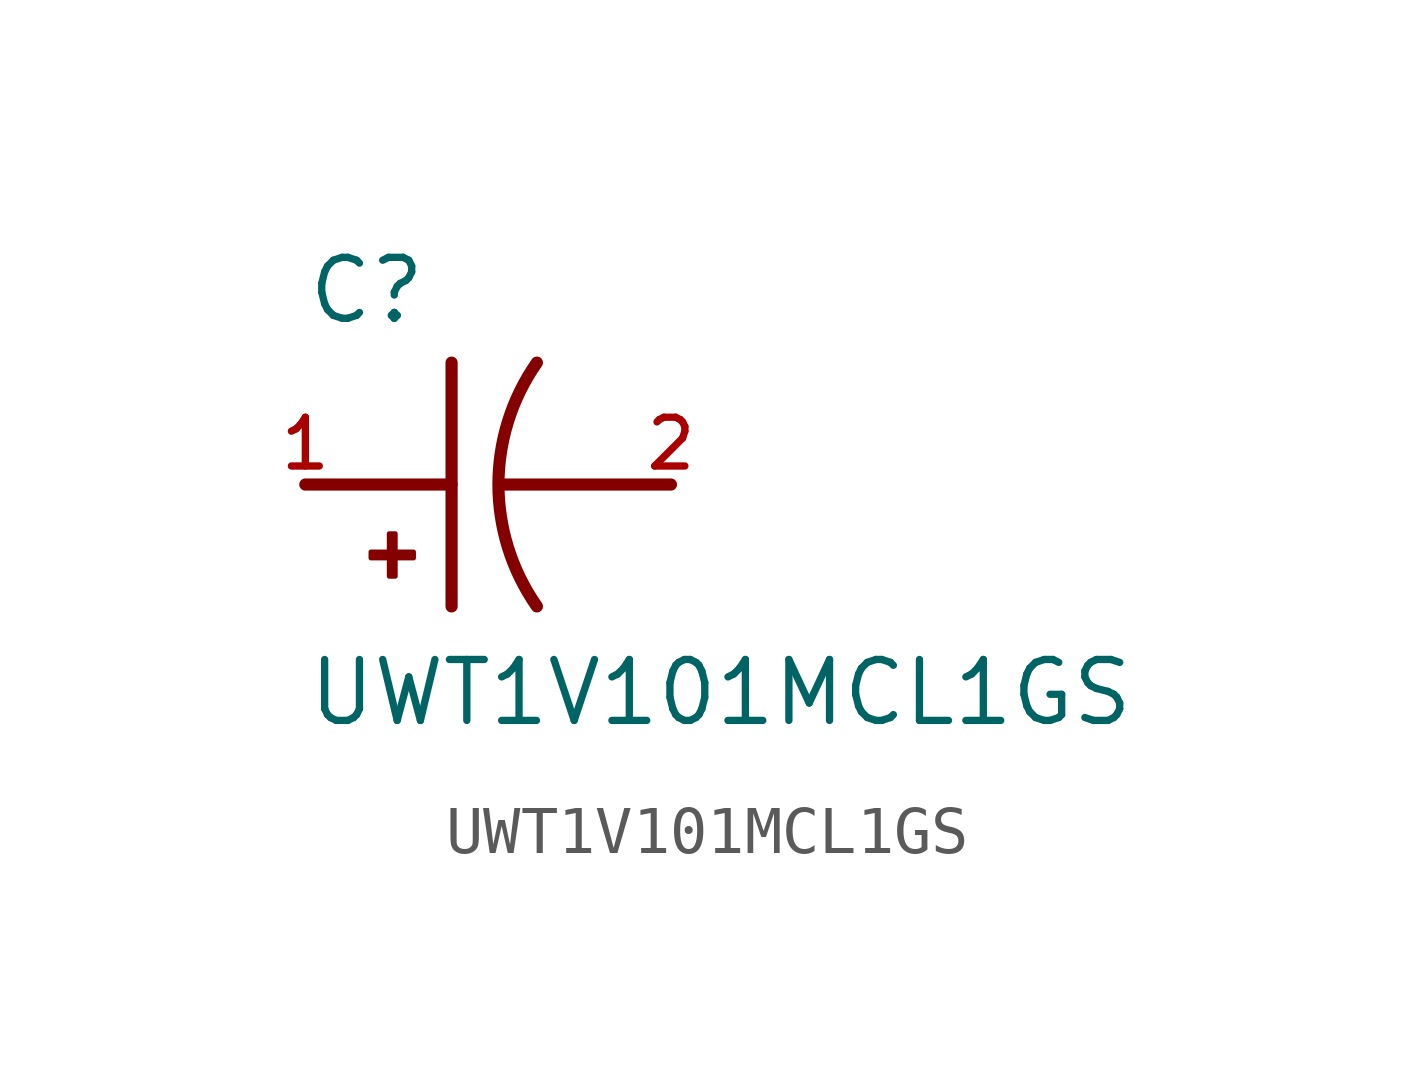
<source format=kicad_sym>
(kicad_symbol_lib
  (version 20220914)
  (generator kicad_symbol_editor)
  (symbol "UWT1V101MCL1GS"
    (pin_names
      (offset 1.016))
    (property "Reference" "C"
      (at -5.08 3.302 0)
      (effects (font (size 1.27 1.27)) (justify left bottom)))
    (property "Value" "UWT1V101MCL1GS"
      (at -5.08 -5.08 0)
      (effects (font (size 1.27 1.27)) (justify left bottom)))
    (symbol "UWT1V101MCL1GS_0_0"
      (rectangle (start -3.713 -1.532) (end -2.824 -1.405) (stroke (width 0.1) (type default)) (fill (type outline)))
      (rectangle (start -3.332 -1.913) (end -3.205 -1.024) (stroke (width 0.1) (type default)) (fill (type outline)))
      (arc (start -0.254 2.54) (mid -1.0549 0) (end -0.254 -2.54) (stroke (width 0.254) (type default)) (fill (type none)))
      (polyline (pts (xy -5.08 0) (xy -2.032 0)) (stroke (width 0.254) (type default)) (fill (type none)))
      (polyline (pts (xy -2.032 2.54) (xy -2.032 -2.54)) (stroke (width 0.254) (type default)) (fill (type none)))
      (polyline (pts (xy -1.016 0) (xy 2.54 0)) (stroke (width 0.254) (type default)) (fill (type none)))
      (pin passive line (at -5.08 0 0) (length 0) (name "~" (effects (font (size 1.016 1.016)))) (number "1" (effects (font (size 1.016 1.016)))))
      (pin passive line (at 2.54 0 180) (length 0) (name "~" (effects (font (size 1.016 1.016)))) (number "2" (effects (font (size 1.016 1.016))))))))
</source>
